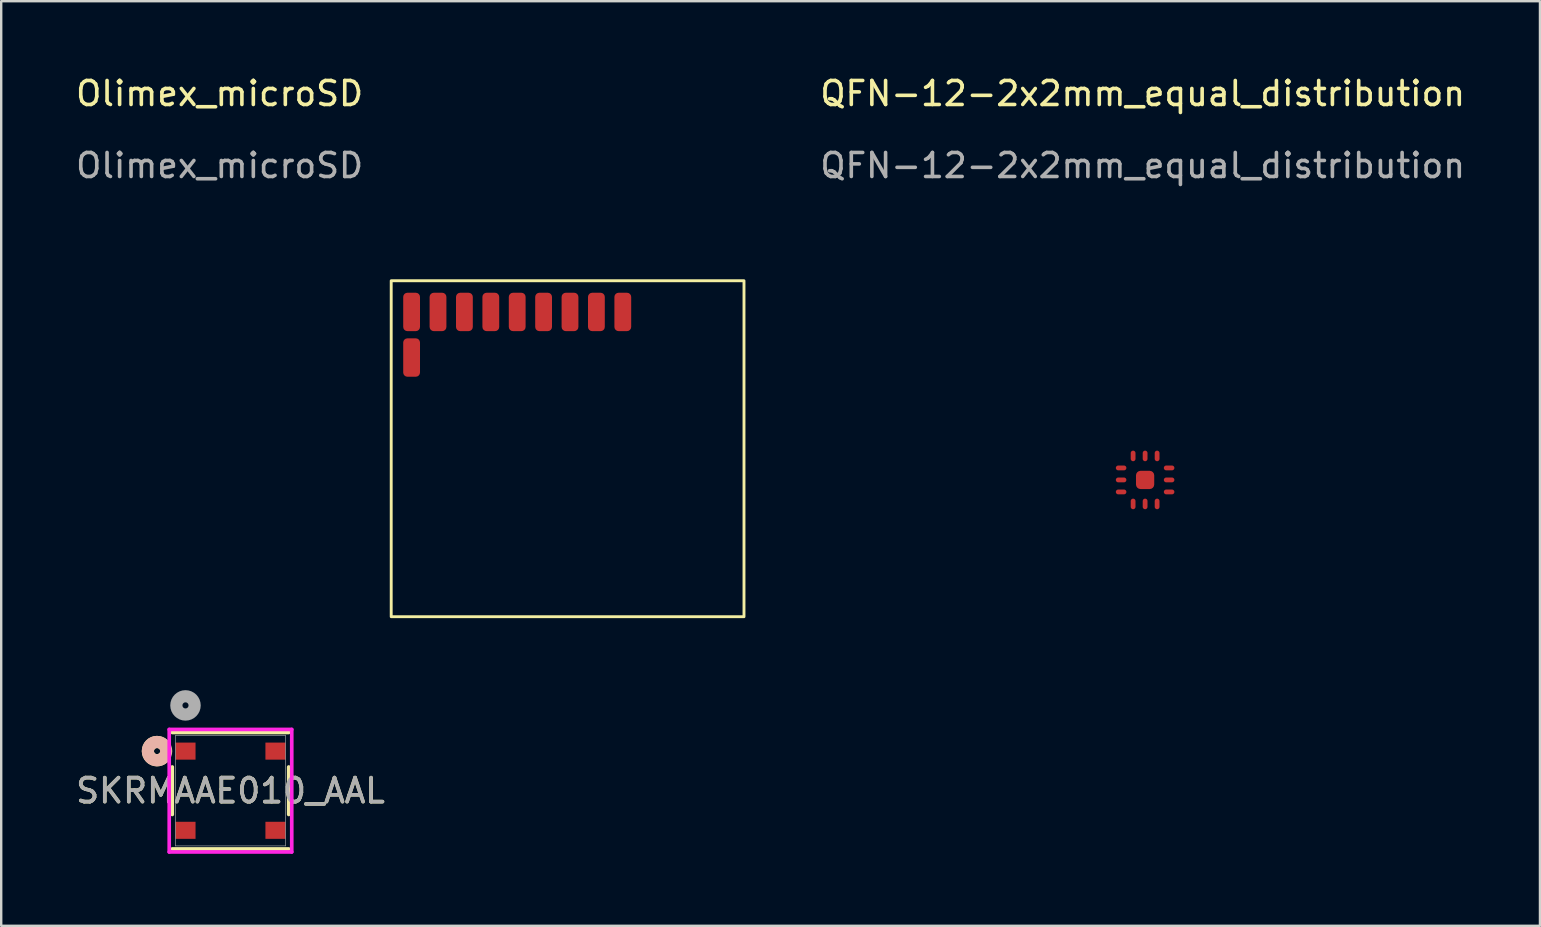
<source format=kicad_pcb>
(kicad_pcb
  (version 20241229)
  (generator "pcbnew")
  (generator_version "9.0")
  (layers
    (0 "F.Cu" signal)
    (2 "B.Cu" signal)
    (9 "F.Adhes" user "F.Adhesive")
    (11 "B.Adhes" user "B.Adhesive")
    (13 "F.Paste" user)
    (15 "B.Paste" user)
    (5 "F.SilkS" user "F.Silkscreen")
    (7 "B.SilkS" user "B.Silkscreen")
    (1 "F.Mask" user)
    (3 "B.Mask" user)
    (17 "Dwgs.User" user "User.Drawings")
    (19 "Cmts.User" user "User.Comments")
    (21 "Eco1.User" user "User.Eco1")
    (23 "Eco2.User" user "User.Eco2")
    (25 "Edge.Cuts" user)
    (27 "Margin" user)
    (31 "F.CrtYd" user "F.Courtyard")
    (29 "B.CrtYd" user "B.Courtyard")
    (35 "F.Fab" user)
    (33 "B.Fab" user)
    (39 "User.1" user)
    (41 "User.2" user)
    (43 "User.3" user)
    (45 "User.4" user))
  (footprint "Olimex_microSD"
    (layer "F.Cu")
    (at 20.601 15.648)
    (property "Reference" "Olimex_microSD" (at -14.5 -14.8 0) (unlocked yes) (layer "F.SilkS") (effects (font (size 1 1) (thickness 0.15))))
    (attr smd)
    (fp_rect (start -7.35 -7) (end 7.35 7) (stroke (width 0.12) (type default)) (fill no) (layer "F.SilkS"))
    (fp_text user "${REFERENCE}" (at -14.5 -11.8 0) (unlocked yes) (layer "F.Fab") (effects (font (size 1 1) (thickness 0.15))))
    (pad "CLK" smd roundrect (at -2.1 -5.7) (size 0.7 1.6) (layers "F.Cu" "F.Mask" "F.Paste") (roundrect_rratio 0.25))
    (pad "CMD" smd roundrect (at 0.1 -5.7) (size 0.7 1.6) (layers "F.Cu" "F.Mask" "F.Paste") (roundrect_rratio 0.25))
    (pad "DAT0" smd roundrect (at -4.3 -5.7) (size 0.7 1.6) (layers "F.Cu" "F.Mask" "F.Paste") (roundrect_rratio 0.25))
    (pad "DAT1" smd roundrect (at -5.4 -5.7) (size 0.7 1.6) (layers "F.Cu" "F.Mask" "F.Paste") (roundrect_rratio 0.25))
    (pad "DAT2" smd roundrect (at 2.3 -5.7) (size 0.7 1.6) (layers "F.Cu" "F.Mask" "F.Paste") (roundrect_rratio 0.25))
    (pad "DAT3/CD" smd roundrect (at 1.2 -5.7) (size 0.7 1.6) (layers "F.Cu" "F.Mask" "F.Paste") (roundrect_rratio 0.25))
    (pad "SW_DTCT" smd roundrect (at -6.5 -5.7) (size 0.7 1.6) (layers "F.Cu" "F.Mask" "F.Paste") (roundrect_rratio 0.25))
    (pad "SW_DTCT0" smd roundrect (at -6.5 -3.8) (size 0.7 1.6) (layers "F.Cu" "F.Mask" "F.Paste") (roundrect_rratio 0.25))
    (pad "VDD" smd roundrect (at -1 -5.7) (size 0.7 1.6) (layers "F.Cu" "F.Mask" "F.Paste") (roundrect_rratio 0.25))
    (pad "VSS" smd roundrect (at -3.2 -5.7) (size 0.7 1.6) (layers "F.Cu" "F.Mask" "F.Paste") (roundrect_rratio 0.25)))
  (footprint "QFN-12-2x2mm_equal_distribution"
    (layer "F.Cu")
    (at 44.665 16.948)
    (property "Reference" "QFN-12-2x2mm_equal_distribution" (at -0.1 -16.1 0) (unlocked yes) (layer "F.SilkS") (effects (font (size 1 1) (thickness 0.15))))
    (attr smd)
    (fp_text user "${REFERENCE}" (at -0.1 -13.1 0) (unlocked yes) (layer "F.Fab") (effects (font (size 1 1) (thickness 0.15))))
    (pad "1" smd oval (at -1 -0.5) (size 0.44 0.2) (layers "F.Cu" "F.Mask" "F.Paste"))
    (pad "2" smd oval (at -1 0) (size 0.44 0.2) (layers "F.Cu" "F.Mask" "F.Paste"))
    (pad "3" smd oval (at -1 0.5) (size 0.44 0.2) (layers "F.Cu" "F.Mask" "F.Paste"))
    (pad "4" smd oval (at -0.5 1 270) (size 0.44 0.2) (layers "F.Cu" "F.Mask" "F.Paste"))
    (pad "5" smd oval (at 0 1 270) (size 0.44 0.2) (layers "F.Cu" "F.Mask" "F.Paste"))
    (pad "6" smd oval (at 0.5 1 270) (size 0.44 0.2) (layers "F.Cu" "F.Mask" "F.Paste"))
    (pad "7" smd oval (at 1 0.5) (size 0.44 0.2) (layers "F.Cu" "F.Mask" "F.Paste"))
    (pad "8" smd oval (at 1 0) (size 0.44 0.2) (layers "F.Cu" "F.Mask" "F.Paste"))
    (pad "9" smd oval (at 1 -0.5) (size 0.44 0.2) (layers "F.Cu" "F.Mask" "F.Paste"))
    (pad "10" smd oval (at 0.5 -1 270) (size 0.44 0.2) (layers "F.Cu" "F.Mask" "F.Paste"))
    (pad "11" smd oval (at 0 -1 270) (size 0.44 0.2) (layers "F.Cu" "F.Mask" "F.Paste"))
    (pad "12" smd oval (at -0.5 -1 270) (size 0.44 0.2) (layers "F.Cu" "F.Mask" "F.Paste"))
    (pad "13" smd roundrect (at 0 0) (size 0.76 0.76) (layers "F.Cu" "F.Mask" "F.Paste") (roundrect_rratio 0.25)))
  (footprint "SKRMAAE010_AAL"
    (layer "F.Cu")
    (at 6.554 29.898)
    (property "Reference" "SKRMAAE010_AAL" (at 0 0 0) (unlocked yes) (layer "F.SilkS") (effects (font (size 1 1) (thickness 0.15))))
    (attr smd)
    (fp_line (start -2.426 -0.989) (end -2.426 0.989) (stroke (width 0.152) (type solid)) (layer "F.SilkS"))
    (fp_line (start -2.426 2.426) (end 2.426 2.426) (stroke (width 0.152) (type solid)) (layer "F.SilkS"))
    (fp_line (start 2.426 -2.426) (end -2.426 -2.426) (stroke (width 0.152) (type solid)) (layer "F.SilkS"))
    (fp_line (start 2.426 0.989) (end 2.426 -0.989) (stroke (width 0.152) (type solid)) (layer "F.SilkS"))
    (fp_arc (start -2.80464 -1.367876) (mid -3.4417 -1.65) (end -2.80464 -1.932125) (stroke (width 0.508) (type solid)) (layer "F.SilkS"))
    (fp_circle (center -3.061 -1.65) (end -2.68 -1.65) (stroke (width 0.508) (type solid)) (fill no) (layer "B.SilkS"))
    (fp_line (start -2.553 -2.553) (end -2.553 2.553) (stroke (width 0.152) (type solid)) (layer "F.CrtYd"))
    (fp_line (start -2.553 2.553) (end 2.553 2.553) (stroke (width 0.152) (type solid)) (layer "F.CrtYd"))
    (fp_line (start 2.553 -2.553) (end -2.553 -2.553) (stroke (width 0.152) (type solid)) (layer "F.CrtYd"))
    (fp_line (start 2.553 2.553) (end 2.553 -2.553) (stroke (width 0.152) (type solid)) (layer "F.CrtYd"))
    (fp_line (start -2.299 -2.299) (end -2.299 2.299) (stroke (width 0.025) (type solid)) (layer "F.Fab"))
    (fp_line (start -2.299 2.299) (end 2.299 2.299) (stroke (width 0.025) (type solid)) (layer "F.Fab"))
    (fp_line (start 2.299 -2.299) (end -2.299 -2.299) (stroke (width 0.025) (type solid)) (layer "F.Fab"))
    (fp_line (start 2.299 2.299) (end 2.299 -2.299) (stroke (width 0.025) (type solid)) (layer "F.Fab"))
    (fp_circle (center -1.875 -3.555) (end -1.494 -3.555) (stroke (width 0.508) (type solid)) (fill no) (layer "F.Fab"))
    (fp_text user "${REFERENCE}" (at 0 0 0) (unlocked yes) (layer "F.Fab") (effects (font (size 1 1) (thickness 0.15))))
    (pad "1" smd rect (at -1.875 -1.65) (size 0.838 0.711) (layers "F.Cu" "F.Mask" "F.Paste"))
    (pad "2" smd rect (at -1.875 1.65) (size 0.838 0.711) (layers "F.Cu" "F.Mask" "F.Paste"))
    (pad "3" smd rect (at 1.875 -1.65) (size 0.838 0.711) (layers "F.Cu" "F.Mask" "F.Paste"))
    (pad "4" smd rect (at 1.875 1.65) (size 0.838 0.711) (layers "F.Cu" "F.Mask" "F.Paste")))
  (gr_rect
    (start -3 -3)
    (end 61.118 35.527)
    (stroke (width 0.1) (type default))
    (fill no)
    (layer "Edge.Cuts")))
</source>
